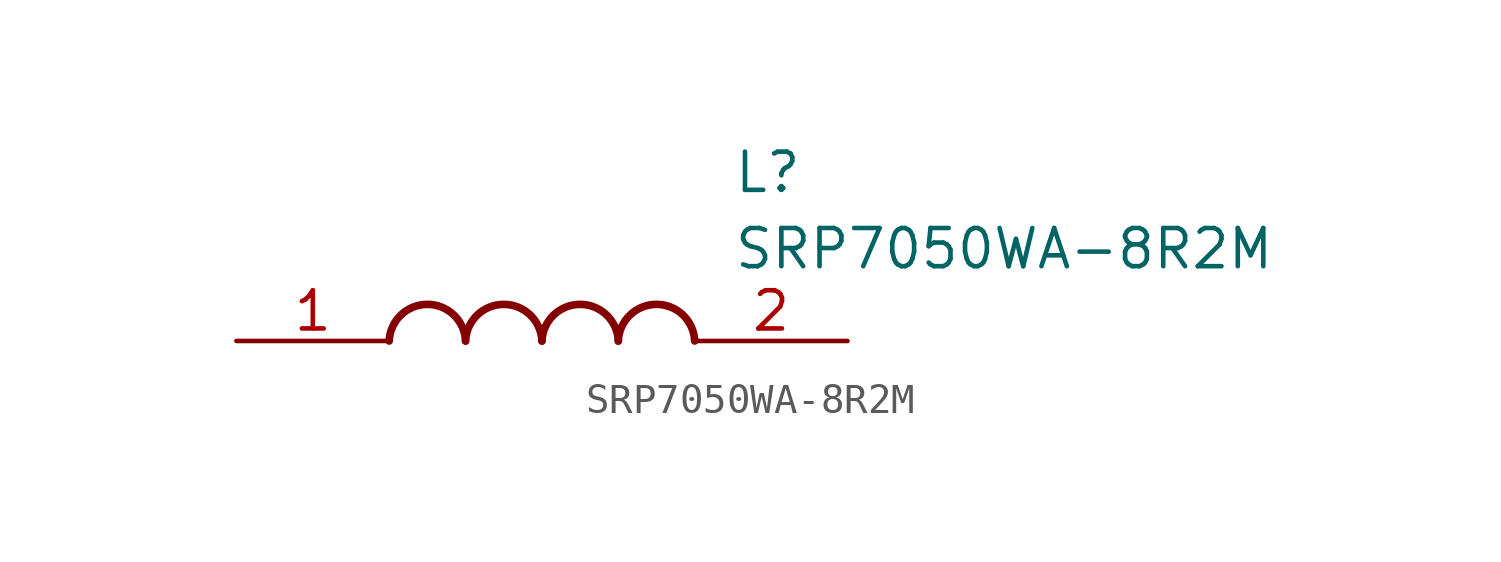
<source format=kicad_sym>
(kicad_symbol_lib
  (version 20211014)
  (generator SamacSys_ECAD_Model)
  (symbol "SRP7050WA-8R2M"
    (pin_names hide)
    (property "Reference" "L"
      (at 16.51 6.35 0)
      (effects (font (size 1.27 1.27)) (justify left top)))
    (property "Value" "SRP7050WA-8R2M"
      (at 16.51 3.81 0)
      (effects (font (size 1.27 1.27)) (justify left top)))
    (arc
      (start 7.62 0)
      (mid 6.35 1.219)
      (end 5.08 0)
      (stroke (width 0.254) (type default))
      (fill (type none)))
    (arc
      (start 10.16 0)
      (mid 8.89 1.219)
      (end 7.62 0)
      (stroke (width 0.254) (type default))
      (fill (type none)))
    (arc
      (start 12.7 0)
      (mid 11.43 1.219)
      (end 10.16 0)
      (stroke (width 0.254) (type default))
      (fill (type none)))
    (arc
      (start 15.24 0)
      (mid 13.97 1.219)
      (end 12.7 0)
      (stroke (width 0.254) (type default))
      (fill (type none)))
    (pin passive line
      (at 0 0 0)
      (length 5.08)
      (name "1" (effects (font (size 1.27 1.27))))
      (number "1" (effects (font (size 1.27 1.27)))))
    (pin passive line
      (at 20.32 0 180)
      (length 5.08)
      (name "2" (effects (font (size 1.27 1.27))))
      (number "2" (effects (font (size 1.27 1.27)))))))
</source>
